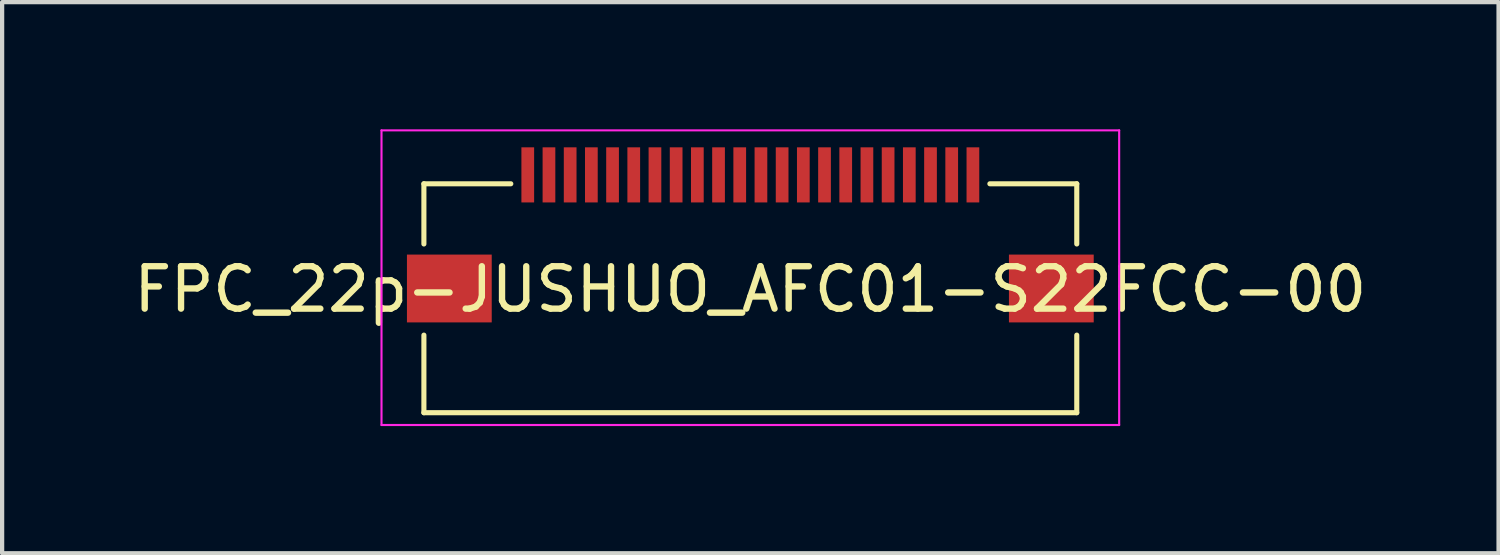
<source format=kicad_pcb>
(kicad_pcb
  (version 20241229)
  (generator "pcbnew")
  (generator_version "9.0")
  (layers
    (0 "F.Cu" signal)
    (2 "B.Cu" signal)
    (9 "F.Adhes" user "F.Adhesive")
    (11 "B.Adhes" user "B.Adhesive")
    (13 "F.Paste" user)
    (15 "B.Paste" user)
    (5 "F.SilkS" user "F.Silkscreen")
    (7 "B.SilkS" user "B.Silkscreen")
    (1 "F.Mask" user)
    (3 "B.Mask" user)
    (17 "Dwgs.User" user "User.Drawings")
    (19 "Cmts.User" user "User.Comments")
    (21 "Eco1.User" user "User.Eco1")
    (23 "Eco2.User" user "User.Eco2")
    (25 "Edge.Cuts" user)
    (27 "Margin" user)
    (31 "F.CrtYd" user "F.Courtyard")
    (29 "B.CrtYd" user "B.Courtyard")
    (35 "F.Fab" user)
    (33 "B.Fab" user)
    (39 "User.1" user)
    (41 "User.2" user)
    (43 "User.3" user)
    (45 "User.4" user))
  (footprint "FPC_22p-JUSHUO_AFC01-S22FCC-00"
    (layer "F.Cu")
    (at 14.649 1.075)
    (property "Reference" "FPC_22p-JUSHUO_AFC01-S22FCC-00" (at 0 2.7 0) (layer "F.SilkS") (effects (font (size 1 1) (thickness 0.15))))
    (attr through_hole)
    (fp_line (start -7.7 0.21) (end -5.65 0.21) (stroke (width 0.12) (type solid)) (layer "F.SilkS"))
    (fp_line (start -7.7 1.63) (end -7.7 0.21) (stroke (width 0.12) (type solid)) (layer "F.SilkS"))
    (fp_line (start -7.7 5.61) (end -7.7 3.78) (stroke (width 0.12) (type solid)) (layer "F.SilkS"))
    (fp_line (start -7.7 5.61) (end 7.7 5.61) (stroke (width 0.12) (type solid)) (layer "F.SilkS"))
    (fp_line (start 7.7 0.21) (end 5.65 0.21) (stroke (width 0.12) (type solid)) (layer "F.SilkS"))
    (fp_line (start 7.7 1.63) (end 7.7 0.21) (stroke (width 0.12) (type solid)) (layer "F.SilkS"))
    (fp_line (start 7.7 5.61) (end 7.7 3.78) (stroke (width 0.12) (type solid)) (layer "F.SilkS"))
    (fp_line (start -8.7 -1.05) (end -8.7 5.9) (stroke (width 0.05) (type solid)) (layer "F.CrtYd"))
    (fp_line (start -8.7 -1.05) (end 8.7 -1.05) (stroke (width 0.05) (type solid)) (layer "F.CrtYd"))
    (fp_line (start -8.7 5.9) (end 8.7 5.9) (stroke (width 0.05) (type solid)) (layer "F.CrtYd"))
    (fp_line (start 8.7 -1.05) (end 8.7 5.9) (stroke (width 0.05) (type solid)) (layer "F.CrtYd"))
    (pad "1" smd rect (at -5.25 0) (size 0.3 1.3) (layers "F.Cu" "F.Mask" "F.Paste"))
    (pad "2" smd rect (at -4.75 0) (size 0.3 1.3) (layers "F.Cu" "F.Mask" "F.Paste"))
    (pad "3" smd rect (at -4.25 0) (size 0.3 1.3) (layers "F.Cu" "F.Mask" "F.Paste"))
    (pad "4" smd rect (at -3.75 0) (size 0.3 1.3) (layers "F.Cu" "F.Mask" "F.Paste"))
    (pad "5" smd rect (at -3.25 0) (size 0.3 1.3) (layers "F.Cu" "F.Mask" "F.Paste"))
    (pad "6" smd rect (at -2.75 0) (size 0.3 1.3) (layers "F.Cu" "F.Mask" "F.Paste"))
    (pad "7" smd rect (at -2.25 0) (size 0.3 1.3) (layers "F.Cu" "F.Mask" "F.Paste"))
    (pad "8" smd rect (at -1.75 0) (size 0.3 1.3) (layers "F.Cu" "F.Mask" "F.Paste"))
    (pad "9" smd rect (at -1.25 0) (size 0.3 1.3) (layers "F.Cu" "F.Mask" "F.Paste"))
    (pad "10" smd rect (at -0.75 0) (size 0.3 1.3) (layers "F.Cu" "F.Mask" "F.Paste"))
    (pad "11" smd rect (at -0.25 0) (size 0.3 1.3) (layers "F.Cu" "F.Mask" "F.Paste"))
    (pad "12" smd rect (at 0.25 0) (size 0.3 1.3) (layers "F.Cu" "F.Mask" "F.Paste"))
    (pad "13" smd rect (at 0.75 0) (size 0.3 1.3) (layers "F.Cu" "F.Mask" "F.Paste"))
    (pad "14" smd rect (at 1.25 0) (size 0.3 1.3) (layers "F.Cu" "F.Mask" "F.Paste"))
    (pad "15" smd rect (at 1.75 0) (size 0.3 1.3) (layers "F.Cu" "F.Mask" "F.Paste"))
    (pad "16" smd rect (at 2.25 0) (size 0.3 1.3) (layers "F.Cu" "F.Mask" "F.Paste"))
    (pad "17" smd rect (at 2.75 0) (size 0.3 1.3) (layers "F.Cu" "F.Mask" "F.Paste"))
    (pad "18" smd rect (at 3.25 0) (size 0.3 1.3) (layers "F.Cu" "F.Mask" "F.Paste"))
    (pad "19" smd rect (at 3.75 0) (size 0.3 1.3) (layers "F.Cu" "F.Mask" "F.Paste"))
    (pad "20" smd rect (at 4.25 0) (size 0.3 1.3) (layers "F.Cu" "F.Mask" "F.Paste"))
    (pad "21" smd rect (at 4.75 0) (size 0.3 1.3) (layers "F.Cu" "F.Mask" "F.Paste"))
    (pad "22" smd rect (at 5.25 0) (size 0.3 1.3) (layers "F.Cu" "F.Mask" "F.Paste"))
    (pad "MP" smd rect (at -7.1 2.68) (size 2 1.6) (layers "F.Cu" "F.Mask" "F.Paste"))
    (pad "MP" smd rect (at 7.1 2.68) (size 2 1.6) (layers "F.Cu" "F.Mask" "F.Paste")))
  (gr_rect
    (start -3 -3)
    (end 32.298 10)
    (stroke (width 0.1) (type default))
    (fill no)
    (layer "Edge.Cuts")))
</source>
